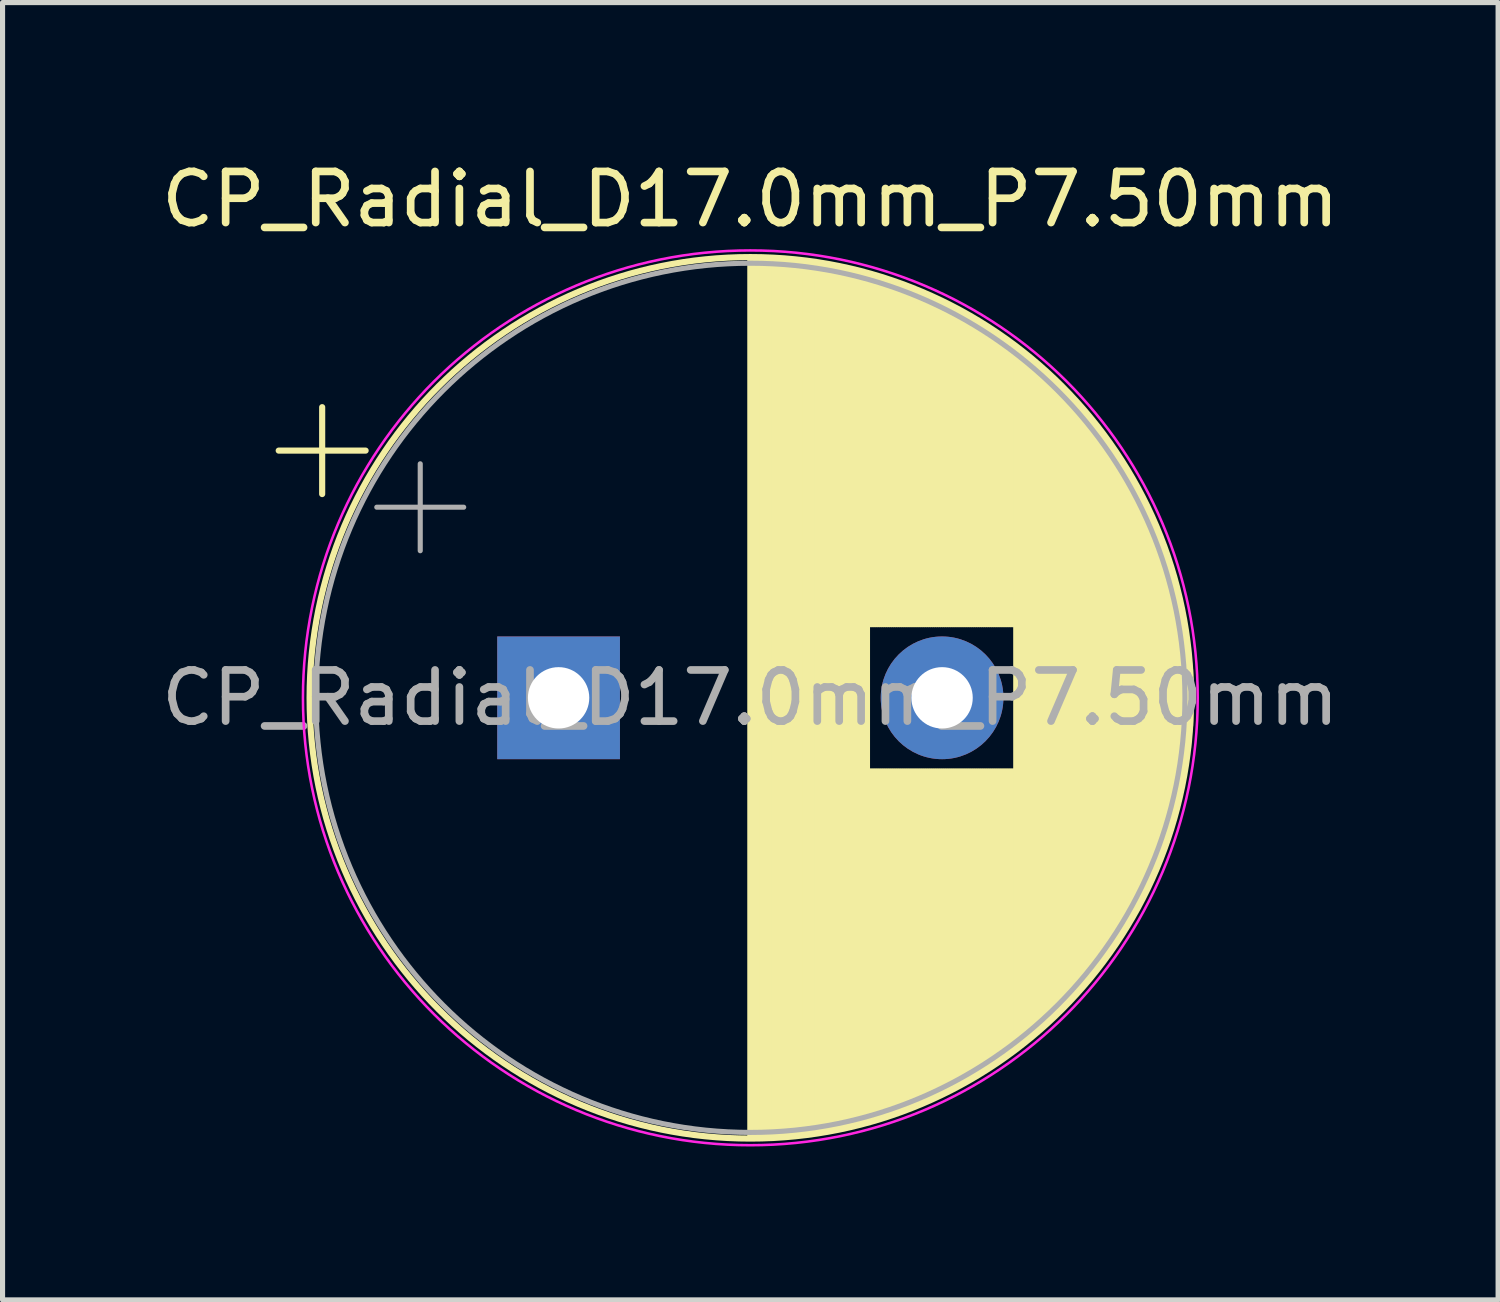
<source format=kicad_pcb>
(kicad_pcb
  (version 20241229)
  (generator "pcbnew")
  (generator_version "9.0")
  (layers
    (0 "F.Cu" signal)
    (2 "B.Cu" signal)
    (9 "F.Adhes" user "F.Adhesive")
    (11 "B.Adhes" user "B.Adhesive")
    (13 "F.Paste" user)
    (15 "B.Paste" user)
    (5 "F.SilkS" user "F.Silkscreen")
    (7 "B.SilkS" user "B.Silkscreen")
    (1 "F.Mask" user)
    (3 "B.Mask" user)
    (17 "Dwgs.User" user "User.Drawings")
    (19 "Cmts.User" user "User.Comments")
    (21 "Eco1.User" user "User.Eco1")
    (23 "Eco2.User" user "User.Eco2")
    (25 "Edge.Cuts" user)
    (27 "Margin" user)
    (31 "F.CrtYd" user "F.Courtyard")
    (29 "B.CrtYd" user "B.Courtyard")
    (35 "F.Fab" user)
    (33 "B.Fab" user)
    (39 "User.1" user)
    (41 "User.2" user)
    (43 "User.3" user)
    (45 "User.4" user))
  (footprint "CP_Radial_D17.0mm_P7.50mm"
    (layer "F.Cu")
    (at 7.875 10.598)
    (property "Reference" "CP_Radial_D17.0mm_P7.50mm" (at 3.75 -9.75 0) (layer "F.SilkS") (effects (font (size 1 1) (thickness 0.15))))
    (attr through_hole)
    (fp_line (start -5.474 -4.835) (end -3.774 -4.835) (stroke (width 0.12) (type solid)) (layer "F.SilkS"))
    (fp_line (start -4.624 -5.685) (end -4.624 -3.985) (stroke (width 0.12) (type solid)) (layer "F.SilkS"))
    (fp_line (start 3.75 -8.581) (end 3.75 8.581) (stroke (width 0.12) (type solid)) (layer "F.SilkS"))
    (fp_line (start 3.79 -8.58) (end 3.79 8.58) (stroke (width 0.12) (type solid)) (layer "F.SilkS"))
    (fp_line (start 3.83 -8.58) (end 3.83 8.58) (stroke (width 0.12) (type solid)) (layer "F.SilkS"))
    (fp_line (start 3.87 -8.58) (end 3.87 8.58) (stroke (width 0.12) (type solid)) (layer "F.SilkS"))
    (fp_line (start 3.91 -8.579) (end 3.91 8.579) (stroke (width 0.12) (type solid)) (layer "F.SilkS"))
    (fp_line (start 3.95 -8.578) (end 3.95 8.578) (stroke (width 0.12) (type solid)) (layer "F.SilkS"))
    (fp_line (start 3.99 -8.577) (end 3.99 8.577) (stroke (width 0.12) (type solid)) (layer "F.SilkS"))
    (fp_line (start 4.03 -8.576) (end 4.03 8.576) (stroke (width 0.12) (type solid)) (layer "F.SilkS"))
    (fp_line (start 4.07 -8.575) (end 4.07 8.575) (stroke (width 0.12) (type solid)) (layer "F.SilkS"))
    (fp_line (start 4.11 -8.573) (end 4.11 8.573) (stroke (width 0.12) (type solid)) (layer "F.SilkS"))
    (fp_line (start 4.15 -8.571) (end 4.15 8.571) (stroke (width 0.12) (type solid)) (layer "F.SilkS"))
    (fp_line (start 4.19 -8.569) (end 4.19 8.569) (stroke (width 0.12) (type solid)) (layer "F.SilkS"))
    (fp_line (start 4.23 -8.567) (end 4.23 8.567) (stroke (width 0.12) (type solid)) (layer "F.SilkS"))
    (fp_line (start 4.27 -8.565) (end 4.27 8.565) (stroke (width 0.12) (type solid)) (layer "F.SilkS"))
    (fp_line (start 4.31 -8.562) (end 4.31 8.562) (stroke (width 0.12) (type solid)) (layer "F.SilkS"))
    (fp_line (start 4.35 -8.56) (end 4.35 8.56) (stroke (width 0.12) (type solid)) (layer "F.SilkS"))
    (fp_line (start 4.39 -8.557) (end 4.39 8.557) (stroke (width 0.12) (type solid)) (layer "F.SilkS"))
    (fp_line (start 4.43 -8.554) (end 4.43 8.554) (stroke (width 0.12) (type solid)) (layer "F.SilkS"))
    (fp_line (start 4.471 -8.55) (end 4.471 8.55) (stroke (width 0.12) (type solid)) (layer "F.SilkS"))
    (fp_line (start 4.511 -8.547) (end 4.511 8.547) (stroke (width 0.12) (type solid)) (layer "F.SilkS"))
    (fp_line (start 4.551 -8.543) (end 4.551 8.543) (stroke (width 0.12) (type solid)) (layer "F.SilkS"))
    (fp_line (start 4.591 -8.539) (end 4.591 8.539) (stroke (width 0.12) (type solid)) (layer "F.SilkS"))
    (fp_line (start 4.631 -8.535) (end 4.631 8.535) (stroke (width 0.12) (type solid)) (layer "F.SilkS"))
    (fp_line (start 4.671 -8.531) (end 4.671 8.531) (stroke (width 0.12) (type solid)) (layer "F.SilkS"))
    (fp_line (start 4.711 -8.527) (end 4.711 8.527) (stroke (width 0.12) (type solid)) (layer "F.SilkS"))
    (fp_line (start 4.751 -8.522) (end 4.751 8.522) (stroke (width 0.12) (type solid)) (layer "F.SilkS"))
    (fp_line (start 4.791 -8.518) (end 4.791 8.518) (stroke (width 0.12) (type solid)) (layer "F.SilkS"))
    (fp_line (start 4.831 -8.513) (end 4.831 8.513) (stroke (width 0.12) (type solid)) (layer "F.SilkS"))
    (fp_line (start 4.871 -8.507) (end 4.871 8.507) (stroke (width 0.12) (type solid)) (layer "F.SilkS"))
    (fp_line (start 4.911 -8.502) (end 4.911 8.502) (stroke (width 0.12) (type solid)) (layer "F.SilkS"))
    (fp_line (start 4.951 -8.497) (end 4.951 8.497) (stroke (width 0.12) (type solid)) (layer "F.SilkS"))
    (fp_line (start 4.991 -8.491) (end 4.991 8.491) (stroke (width 0.12) (type solid)) (layer "F.SilkS"))
    (fp_line (start 5.031 -8.485) (end 5.031 8.485) (stroke (width 0.12) (type solid)) (layer "F.SilkS"))
    (fp_line (start 5.071 -8.479) (end 5.071 8.479) (stroke (width 0.12) (type solid)) (layer "F.SilkS"))
    (fp_line (start 5.111 -8.473) (end 5.111 8.473) (stroke (width 0.12) (type solid)) (layer "F.SilkS"))
    (fp_line (start 5.151 -8.466) (end 5.151 8.466) (stroke (width 0.12) (type solid)) (layer "F.SilkS"))
    (fp_line (start 5.191 -8.459) (end 5.191 8.459) (stroke (width 0.12) (type solid)) (layer "F.SilkS"))
    (fp_line (start 5.231 -8.452) (end 5.231 8.452) (stroke (width 0.12) (type solid)) (layer "F.SilkS"))
    (fp_line (start 5.271 -8.445) (end 5.271 8.445) (stroke (width 0.12) (type solid)) (layer "F.SilkS"))
    (fp_line (start 5.311 -8.438) (end 5.311 8.438) (stroke (width 0.12) (type solid)) (layer "F.SilkS"))
    (fp_line (start 5.351 -8.431) (end 5.351 8.431) (stroke (width 0.12) (type solid)) (layer "F.SilkS"))
    (fp_line (start 5.391 -8.423) (end 5.391 8.423) (stroke (width 0.12) (type solid)) (layer "F.SilkS"))
    (fp_line (start 5.431 -8.415) (end 5.431 8.415) (stroke (width 0.12) (type solid)) (layer "F.SilkS"))
    (fp_line (start 5.471 -8.407) (end 5.471 8.407) (stroke (width 0.12) (type solid)) (layer "F.SilkS"))
    (fp_line (start 5.511 -8.399) (end 5.511 8.399) (stroke (width 0.12) (type solid)) (layer "F.SilkS"))
    (fp_line (start 5.551 -8.39) (end 5.551 8.39) (stroke (width 0.12) (type solid)) (layer "F.SilkS"))
    (fp_line (start 5.591 -8.382) (end 5.591 8.382) (stroke (width 0.12) (type solid)) (layer "F.SilkS"))
    (fp_line (start 5.631 -8.373) (end 5.631 8.373) (stroke (width 0.12) (type solid)) (layer "F.SilkS"))
    (fp_line (start 5.671 -8.364) (end 5.671 8.364) (stroke (width 0.12) (type solid)) (layer "F.SilkS"))
    (fp_line (start 5.711 -8.355) (end 5.711 8.355) (stroke (width 0.12) (type solid)) (layer "F.SilkS"))
    (fp_line (start 5.751 -8.345) (end 5.751 8.345) (stroke (width 0.12) (type solid)) (layer "F.SilkS"))
    (fp_line (start 5.791 -8.336) (end 5.791 8.336) (stroke (width 0.12) (type solid)) (layer "F.SilkS"))
    (fp_line (start 5.831 -8.326) (end 5.831 8.326) (stroke (width 0.12) (type solid)) (layer "F.SilkS"))
    (fp_line (start 5.871 -8.316) (end 5.871 8.316) (stroke (width 0.12) (type solid)) (layer "F.SilkS"))
    (fp_line (start 5.911 -8.305) (end 5.911 8.305) (stroke (width 0.12) (type solid)) (layer "F.SilkS"))
    (fp_line (start 5.951 -8.295) (end 5.951 8.295) (stroke (width 0.12) (type solid)) (layer "F.SilkS"))
    (fp_line (start 5.991 -8.284) (end 5.991 8.284) (stroke (width 0.12) (type solid)) (layer "F.SilkS"))
    (fp_line (start 6.031 -8.274) (end 6.031 8.274) (stroke (width 0.12) (type solid)) (layer "F.SilkS"))
    (fp_line (start 6.071 -8.262) (end 6.071 -1.44) (stroke (width 0.12) (type solid)) (layer "F.SilkS"))
    (fp_line (start 6.071 1.44) (end 6.071 8.262) (stroke (width 0.12) (type solid)) (layer "F.SilkS"))
    (fp_line (start 6.111 -8.251) (end 6.111 -1.44) (stroke (width 0.12) (type solid)) (layer "F.SilkS"))
    (fp_line (start 6.111 1.44) (end 6.111 8.251) (stroke (width 0.12) (type solid)) (layer "F.SilkS"))
    (fp_line (start 6.151 -8.24) (end 6.151 -1.44) (stroke (width 0.12) (type solid)) (layer "F.SilkS"))
    (fp_line (start 6.151 1.44) (end 6.151 8.24) (stroke (width 0.12) (type solid)) (layer "F.SilkS"))
    (fp_line (start 6.191 -8.228) (end 6.191 -1.44) (stroke (width 0.12) (type solid)) (layer "F.SilkS"))
    (fp_line (start 6.191 1.44) (end 6.191 8.228) (stroke (width 0.12) (type solid)) (layer "F.SilkS"))
    (fp_line (start 6.231 -8.216) (end 6.231 -1.44) (stroke (width 0.12) (type solid)) (layer "F.SilkS"))
    (fp_line (start 6.231 1.44) (end 6.231 8.216) (stroke (width 0.12) (type solid)) (layer "F.SilkS"))
    (fp_line (start 6.271 -8.204) (end 6.271 -1.44) (stroke (width 0.12) (type solid)) (layer "F.SilkS"))
    (fp_line (start 6.271 1.44) (end 6.271 8.204) (stroke (width 0.12) (type solid)) (layer "F.SilkS"))
    (fp_line (start 6.311 -8.192) (end 6.311 -1.44) (stroke (width 0.12) (type solid)) (layer "F.SilkS"))
    (fp_line (start 6.311 1.44) (end 6.311 8.192) (stroke (width 0.12) (type solid)) (layer "F.SilkS"))
    (fp_line (start 6.351 -8.179) (end 6.351 -1.44) (stroke (width 0.12) (type solid)) (layer "F.SilkS"))
    (fp_line (start 6.351 1.44) (end 6.351 8.179) (stroke (width 0.12) (type solid)) (layer "F.SilkS"))
    (fp_line (start 6.391 -8.166) (end 6.391 -1.44) (stroke (width 0.12) (type solid)) (layer "F.SilkS"))
    (fp_line (start 6.391 1.44) (end 6.391 8.166) (stroke (width 0.12) (type solid)) (layer "F.SilkS"))
    (fp_line (start 6.431 -8.153) (end 6.431 -1.44) (stroke (width 0.12) (type solid)) (layer "F.SilkS"))
    (fp_line (start 6.431 1.44) (end 6.431 8.153) (stroke (width 0.12) (type solid)) (layer "F.SilkS"))
    (fp_line (start 6.471 -8.14) (end 6.471 -1.44) (stroke (width 0.12) (type solid)) (layer "F.SilkS"))
    (fp_line (start 6.471 1.44) (end 6.471 8.14) (stroke (width 0.12) (type solid)) (layer "F.SilkS"))
    (fp_line (start 6.511 -8.127) (end 6.511 -1.44) (stroke (width 0.12) (type solid)) (layer "F.SilkS"))
    (fp_line (start 6.511 1.44) (end 6.511 8.127) (stroke (width 0.12) (type solid)) (layer "F.SilkS"))
    (fp_line (start 6.551 -8.113) (end 6.551 -1.44) (stroke (width 0.12) (type solid)) (layer "F.SilkS"))
    (fp_line (start 6.551 1.44) (end 6.551 8.113) (stroke (width 0.12) (type solid)) (layer "F.SilkS"))
    (fp_line (start 6.591 -8.099) (end 6.591 -1.44) (stroke (width 0.12) (type solid)) (layer "F.SilkS"))
    (fp_line (start 6.591 1.44) (end 6.591 8.099) (stroke (width 0.12) (type solid)) (layer "F.SilkS"))
    (fp_line (start 6.631 -8.085) (end 6.631 -1.44) (stroke (width 0.12) (type solid)) (layer "F.SilkS"))
    (fp_line (start 6.631 1.44) (end 6.631 8.085) (stroke (width 0.12) (type solid)) (layer "F.SilkS"))
    (fp_line (start 6.671 -8.071) (end 6.671 -1.44) (stroke (width 0.12) (type solid)) (layer "F.SilkS"))
    (fp_line (start 6.671 1.44) (end 6.671 8.071) (stroke (width 0.12) (type solid)) (layer "F.SilkS"))
    (fp_line (start 6.711 -8.056) (end 6.711 -1.44) (stroke (width 0.12) (type solid)) (layer "F.SilkS"))
    (fp_line (start 6.711 1.44) (end 6.711 8.056) (stroke (width 0.12) (type solid)) (layer "F.SilkS"))
    (fp_line (start 6.751 -8.042) (end 6.751 -1.44) (stroke (width 0.12) (type solid)) (layer "F.SilkS"))
    (fp_line (start 6.751 1.44) (end 6.751 8.042) (stroke (width 0.12) (type solid)) (layer "F.SilkS"))
    (fp_line (start 6.791 -8.027) (end 6.791 -1.44) (stroke (width 0.12) (type solid)) (layer "F.SilkS"))
    (fp_line (start 6.791 1.44) (end 6.791 8.027) (stroke (width 0.12) (type solid)) (layer "F.SilkS"))
    (fp_line (start 6.831 -8.011) (end 6.831 -1.44) (stroke (width 0.12) (type solid)) (layer "F.SilkS"))
    (fp_line (start 6.831 1.44) (end 6.831 8.011) (stroke (width 0.12) (type solid)) (layer "F.SilkS"))
    (fp_line (start 6.871 -7.996) (end 6.871 -1.44) (stroke (width 0.12) (type solid)) (layer "F.SilkS"))
    (fp_line (start 6.871 1.44) (end 6.871 7.996) (stroke (width 0.12) (type solid)) (layer "F.SilkS"))
    (fp_line (start 6.911 -7.98) (end 6.911 -1.44) (stroke (width 0.12) (type solid)) (layer "F.SilkS"))
    (fp_line (start 6.911 1.44) (end 6.911 7.98) (stroke (width 0.12) (type solid)) (layer "F.SilkS"))
    (fp_line (start 6.951 -7.965) (end 6.951 -1.44) (stroke (width 0.12) (type solid)) (layer "F.SilkS"))
    (fp_line (start 6.951 1.44) (end 6.951 7.965) (stroke (width 0.12) (type solid)) (layer "F.SilkS"))
    (fp_line (start 6.991 -7.948) (end 6.991 -1.44) (stroke (width 0.12) (type solid)) (layer "F.SilkS"))
    (fp_line (start 6.991 1.44) (end 6.991 7.948) (stroke (width 0.12) (type solid)) (layer "F.SilkS"))
    (fp_line (start 7.031 -7.932) (end 7.031 -1.44) (stroke (width 0.12) (type solid)) (layer "F.SilkS"))
    (fp_line (start 7.031 1.44) (end 7.031 7.932) (stroke (width 0.12) (type solid)) (layer "F.SilkS"))
    (fp_line (start 7.071 -7.915) (end 7.071 -1.44) (stroke (width 0.12) (type solid)) (layer "F.SilkS"))
    (fp_line (start 7.071 1.44) (end 7.071 7.915) (stroke (width 0.12) (type solid)) (layer "F.SilkS"))
    (fp_line (start 7.111 -7.899) (end 7.111 -1.44) (stroke (width 0.12) (type solid)) (layer "F.SilkS"))
    (fp_line (start 7.111 1.44) (end 7.111 7.899) (stroke (width 0.12) (type solid)) (layer "F.SilkS"))
    (fp_line (start 7.151 -7.882) (end 7.151 -1.44) (stroke (width 0.12) (type solid)) (layer "F.SilkS"))
    (fp_line (start 7.151 1.44) (end 7.151 7.882) (stroke (width 0.12) (type solid)) (layer "F.SilkS"))
    (fp_line (start 7.191 -7.864) (end 7.191 -1.44) (stroke (width 0.12) (type solid)) (layer "F.SilkS"))
    (fp_line (start 7.191 1.44) (end 7.191 7.864) (stroke (width 0.12) (type solid)) (layer "F.SilkS"))
    (fp_line (start 7.231 -7.847) (end 7.231 -1.44) (stroke (width 0.12) (type solid)) (layer "F.SilkS"))
    (fp_line (start 7.231 1.44) (end 7.231 7.847) (stroke (width 0.12) (type solid)) (layer "F.SilkS"))
    (fp_line (start 7.271 -7.829) (end 7.271 -1.44) (stroke (width 0.12) (type solid)) (layer "F.SilkS"))
    (fp_line (start 7.271 1.44) (end 7.271 7.829) (stroke (width 0.12) (type solid)) (layer "F.SilkS"))
    (fp_line (start 7.311 -7.811) (end 7.311 -1.44) (stroke (width 0.12) (type solid)) (layer "F.SilkS"))
    (fp_line (start 7.311 1.44) (end 7.311 7.811) (stroke (width 0.12) (type solid)) (layer "F.SilkS"))
    (fp_line (start 7.351 -7.793) (end 7.351 -1.44) (stroke (width 0.12) (type solid)) (layer "F.SilkS"))
    (fp_line (start 7.351 1.44) (end 7.351 7.793) (stroke (width 0.12) (type solid)) (layer "F.SilkS"))
    (fp_line (start 7.391 -7.774) (end 7.391 -1.44) (stroke (width 0.12) (type solid)) (layer "F.SilkS"))
    (fp_line (start 7.391 1.44) (end 7.391 7.774) (stroke (width 0.12) (type solid)) (layer "F.SilkS"))
    (fp_line (start 7.431 -7.755) (end 7.431 -1.44) (stroke (width 0.12) (type solid)) (layer "F.SilkS"))
    (fp_line (start 7.431 1.44) (end 7.431 7.755) (stroke (width 0.12) (type solid)) (layer "F.SilkS"))
    (fp_line (start 7.471 -7.736) (end 7.471 -1.44) (stroke (width 0.12) (type solid)) (layer "F.SilkS"))
    (fp_line (start 7.471 1.44) (end 7.471 7.736) (stroke (width 0.12) (type solid)) (layer "F.SilkS"))
    (fp_line (start 7.511 -7.717) (end 7.511 -1.44) (stroke (width 0.12) (type solid)) (layer "F.SilkS"))
    (fp_line (start 7.511 1.44) (end 7.511 7.717) (stroke (width 0.12) (type solid)) (layer "F.SilkS"))
    (fp_line (start 7.551 -7.698) (end 7.551 -1.44) (stroke (width 0.12) (type solid)) (layer "F.SilkS"))
    (fp_line (start 7.551 1.44) (end 7.551 7.698) (stroke (width 0.12) (type solid)) (layer "F.SilkS"))
    (fp_line (start 7.591 -7.678) (end 7.591 -1.44) (stroke (width 0.12) (type solid)) (layer "F.SilkS"))
    (fp_line (start 7.591 1.44) (end 7.591 7.678) (stroke (width 0.12) (type solid)) (layer "F.SilkS"))
    (fp_line (start 7.631 -7.658) (end 7.631 -1.44) (stroke (width 0.12) (type solid)) (layer "F.SilkS"))
    (fp_line (start 7.631 1.44) (end 7.631 7.658) (stroke (width 0.12) (type solid)) (layer "F.SilkS"))
    (fp_line (start 7.671 -7.638) (end 7.671 -1.44) (stroke (width 0.12) (type solid)) (layer "F.SilkS"))
    (fp_line (start 7.671 1.44) (end 7.671 7.638) (stroke (width 0.12) (type solid)) (layer "F.SilkS"))
    (fp_line (start 7.711 -7.617) (end 7.711 -1.44) (stroke (width 0.12) (type solid)) (layer "F.SilkS"))
    (fp_line (start 7.711 1.44) (end 7.711 7.617) (stroke (width 0.12) (type solid)) (layer "F.SilkS"))
    (fp_line (start 7.751 -7.596) (end 7.751 -1.44) (stroke (width 0.12) (type solid)) (layer "F.SilkS"))
    (fp_line (start 7.751 1.44) (end 7.751 7.596) (stroke (width 0.12) (type solid)) (layer "F.SilkS"))
    (fp_line (start 7.791 -7.575) (end 7.791 -1.44) (stroke (width 0.12) (type solid)) (layer "F.SilkS"))
    (fp_line (start 7.791 1.44) (end 7.791 7.575) (stroke (width 0.12) (type solid)) (layer "F.SilkS"))
    (fp_line (start 7.831 -7.554) (end 7.831 -1.44) (stroke (width 0.12) (type solid)) (layer "F.SilkS"))
    (fp_line (start 7.831 1.44) (end 7.831 7.554) (stroke (width 0.12) (type solid)) (layer "F.SilkS"))
    (fp_line (start 7.871 -7.532) (end 7.871 -1.44) (stroke (width 0.12) (type solid)) (layer "F.SilkS"))
    (fp_line (start 7.871 1.44) (end 7.871 7.532) (stroke (width 0.12) (type solid)) (layer "F.SilkS"))
    (fp_line (start 7.911 -7.51) (end 7.911 -1.44) (stroke (width 0.12) (type solid)) (layer "F.SilkS"))
    (fp_line (start 7.911 1.44) (end 7.911 7.51) (stroke (width 0.12) (type solid)) (layer "F.SilkS"))
    (fp_line (start 7.951 -7.488) (end 7.951 -1.44) (stroke (width 0.12) (type solid)) (layer "F.SilkS"))
    (fp_line (start 7.951 1.44) (end 7.951 7.488) (stroke (width 0.12) (type solid)) (layer "F.SilkS"))
    (fp_line (start 7.991 -7.466) (end 7.991 -1.44) (stroke (width 0.12) (type solid)) (layer "F.SilkS"))
    (fp_line (start 7.991 1.44) (end 7.991 7.466) (stroke (width 0.12) (type solid)) (layer "F.SilkS"))
    (fp_line (start 8.031 -7.443) (end 8.031 -1.44) (stroke (width 0.12) (type solid)) (layer "F.SilkS"))
    (fp_line (start 8.031 1.44) (end 8.031 7.443) (stroke (width 0.12) (type solid)) (layer "F.SilkS"))
    (fp_line (start 8.071 -7.42) (end 8.071 -1.44) (stroke (width 0.12) (type solid)) (layer "F.SilkS"))
    (fp_line (start 8.071 1.44) (end 8.071 7.42) (stroke (width 0.12) (type solid)) (layer "F.SilkS"))
    (fp_line (start 8.111 -7.397) (end 8.111 -1.44) (stroke (width 0.12) (type solid)) (layer "F.SilkS"))
    (fp_line (start 8.111 1.44) (end 8.111 7.397) (stroke (width 0.12) (type solid)) (layer "F.SilkS"))
    (fp_line (start 8.151 -7.373) (end 8.151 -1.44) (stroke (width 0.12) (type solid)) (layer "F.SilkS"))
    (fp_line (start 8.151 1.44) (end 8.151 7.373) (stroke (width 0.12) (type solid)) (layer "F.SilkS"))
    (fp_line (start 8.191 -7.349) (end 8.191 -1.44) (stroke (width 0.12) (type solid)) (layer "F.SilkS"))
    (fp_line (start 8.191 1.44) (end 8.191 7.349) (stroke (width 0.12) (type solid)) (layer "F.SilkS"))
    (fp_line (start 8.231 -7.325) (end 8.231 -1.44) (stroke (width 0.12) (type solid)) (layer "F.SilkS"))
    (fp_line (start 8.231 1.44) (end 8.231 7.325) (stroke (width 0.12) (type solid)) (layer "F.SilkS"))
    (fp_line (start 8.271 -7.3) (end 8.271 -1.44) (stroke (width 0.12) (type solid)) (layer "F.SilkS"))
    (fp_line (start 8.271 1.44) (end 8.271 7.3) (stroke (width 0.12) (type solid)) (layer "F.SilkS"))
    (fp_line (start 8.311 -7.276) (end 8.311 -1.44) (stroke (width 0.12) (type solid)) (layer "F.SilkS"))
    (fp_line (start 8.311 1.44) (end 8.311 7.276) (stroke (width 0.12) (type solid)) (layer "F.SilkS"))
    (fp_line (start 8.351 -7.251) (end 8.351 -1.44) (stroke (width 0.12) (type solid)) (layer "F.SilkS"))
    (fp_line (start 8.351 1.44) (end 8.351 7.251) (stroke (width 0.12) (type solid)) (layer "F.SilkS"))
    (fp_line (start 8.391 -7.225) (end 8.391 -1.44) (stroke (width 0.12) (type solid)) (layer "F.SilkS"))
    (fp_line (start 8.391 1.44) (end 8.391 7.225) (stroke (width 0.12) (type solid)) (layer "F.SilkS"))
    (fp_line (start 8.431 -7.199) (end 8.431 -1.44) (stroke (width 0.12) (type solid)) (layer "F.SilkS"))
    (fp_line (start 8.431 1.44) (end 8.431 7.199) (stroke (width 0.12) (type solid)) (layer "F.SilkS"))
    (fp_line (start 8.471 -7.173) (end 8.471 -1.44) (stroke (width 0.12) (type solid)) (layer "F.SilkS"))
    (fp_line (start 8.471 1.44) (end 8.471 7.173) (stroke (width 0.12) (type solid)) (layer "F.SilkS"))
    (fp_line (start 8.511 -7.147) (end 8.511 -1.44) (stroke (width 0.12) (type solid)) (layer "F.SilkS"))
    (fp_line (start 8.511 1.44) (end 8.511 7.147) (stroke (width 0.12) (type solid)) (layer "F.SilkS"))
    (fp_line (start 8.551 -7.12) (end 8.551 -1.44) (stroke (width 0.12) (type solid)) (layer "F.SilkS"))
    (fp_line (start 8.551 1.44) (end 8.551 7.12) (stroke (width 0.12) (type solid)) (layer "F.SilkS"))
    (fp_line (start 8.591 -7.093) (end 8.591 -1.44) (stroke (width 0.12) (type solid)) (layer "F.SilkS"))
    (fp_line (start 8.591 1.44) (end 8.591 7.093) (stroke (width 0.12) (type solid)) (layer "F.SilkS"))
    (fp_line (start 8.631 -7.066) (end 8.631 -1.44) (stroke (width 0.12) (type solid)) (layer "F.SilkS"))
    (fp_line (start 8.631 1.44) (end 8.631 7.066) (stroke (width 0.12) (type solid)) (layer "F.SilkS"))
    (fp_line (start 8.671 -7.038) (end 8.671 -1.44) (stroke (width 0.12) (type solid)) (layer "F.SilkS"))
    (fp_line (start 8.671 1.44) (end 8.671 7.038) (stroke (width 0.12) (type solid)) (layer "F.SilkS"))
    (fp_line (start 8.711 -7.011) (end 8.711 -1.44) (stroke (width 0.12) (type solid)) (layer "F.SilkS"))
    (fp_line (start 8.711 1.44) (end 8.711 7.011) (stroke (width 0.12) (type solid)) (layer "F.SilkS"))
    (fp_line (start 8.751 -6.982) (end 8.751 -1.44) (stroke (width 0.12) (type solid)) (layer "F.SilkS"))
    (fp_line (start 8.751 1.44) (end 8.751 6.982) (stroke (width 0.12) (type solid)) (layer "F.SilkS"))
    (fp_line (start 8.791 -6.954) (end 8.791 -1.44) (stroke (width 0.12) (type solid)) (layer "F.SilkS"))
    (fp_line (start 8.791 1.44) (end 8.791 6.954) (stroke (width 0.12) (type solid)) (layer "F.SilkS"))
    (fp_line (start 8.831 -6.925) (end 8.831 -1.44) (stroke (width 0.12) (type solid)) (layer "F.SilkS"))
    (fp_line (start 8.831 1.44) (end 8.831 6.925) (stroke (width 0.12) (type solid)) (layer "F.SilkS"))
    (fp_line (start 8.871 -6.895) (end 8.871 -1.44) (stroke (width 0.12) (type solid)) (layer "F.SilkS"))
    (fp_line (start 8.871 1.44) (end 8.871 6.895) (stroke (width 0.12) (type solid)) (layer "F.SilkS"))
    (fp_line (start 8.911 -6.865) (end 8.911 -1.44) (stroke (width 0.12) (type solid)) (layer "F.SilkS"))
    (fp_line (start 8.911 1.44) (end 8.911 6.865) (stroke (width 0.12) (type solid)) (layer "F.SilkS"))
    (fp_line (start 8.951 -6.835) (end 8.951 6.835) (stroke (width 0.12) (type solid)) (layer "F.SilkS"))
    (fp_line (start 8.991 -6.805) (end 8.991 6.805) (stroke (width 0.12) (type solid)) (layer "F.SilkS"))
    (fp_line (start 9.031 -6.774) (end 9.031 6.774) (stroke (width 0.12) (type solid)) (layer "F.SilkS"))
    (fp_line (start 9.071 -6.743) (end 9.071 6.743) (stroke (width 0.12) (type solid)) (layer "F.SilkS"))
    (fp_line (start 9.111 -6.711) (end 9.111 6.711) (stroke (width 0.12) (type solid)) (layer "F.SilkS"))
    (fp_line (start 9.151 -6.679) (end 9.151 6.679) (stroke (width 0.12) (type solid)) (layer "F.SilkS"))
    (fp_line (start 9.191 -6.647) (end 9.191 6.647) (stroke (width 0.12) (type solid)) (layer "F.SilkS"))
    (fp_line (start 9.231 -6.614) (end 9.231 6.614) (stroke (width 0.12) (type solid)) (layer "F.SilkS"))
    (fp_line (start 9.271 -6.581) (end 9.271 6.581) (stroke (width 0.12) (type solid)) (layer "F.SilkS"))
    (fp_line (start 9.311 -6.548) (end 9.311 6.548) (stroke (width 0.12) (type solid)) (layer "F.SilkS"))
    (fp_line (start 9.351 -6.514) (end 9.351 6.514) (stroke (width 0.12) (type solid)) (layer "F.SilkS"))
    (fp_line (start 9.391 -6.479) (end 9.391 6.479) (stroke (width 0.12) (type solid)) (layer "F.SilkS"))
    (fp_line (start 9.431 -6.444) (end 9.431 6.444) (stroke (width 0.12) (type solid)) (layer "F.SilkS"))
    (fp_line (start 9.471 -6.409) (end 9.471 6.409) (stroke (width 0.12) (type solid)) (layer "F.SilkS"))
    (fp_line (start 9.511 -6.374) (end 9.511 6.374) (stroke (width 0.12) (type solid)) (layer "F.SilkS"))
    (fp_line (start 9.551 -6.337) (end 9.551 6.337) (stroke (width 0.12) (type solid)) (layer "F.SilkS"))
    (fp_line (start 9.591 -6.301) (end 9.591 6.301) (stroke (width 0.12) (type solid)) (layer "F.SilkS"))
    (fp_line (start 9.631 -6.264) (end 9.631 6.264) (stroke (width 0.12) (type solid)) (layer "F.SilkS"))
    (fp_line (start 9.671 -6.226) (end 9.671 6.226) (stroke (width 0.12) (type solid)) (layer "F.SilkS"))
    (fp_line (start 9.711 -6.188) (end 9.711 6.188) (stroke (width 0.12) (type solid)) (layer "F.SilkS"))
    (fp_line (start 9.751 -6.15) (end 9.751 6.15) (stroke (width 0.12) (type solid)) (layer "F.SilkS"))
    (fp_line (start 9.791 -6.111) (end 9.791 6.111) (stroke (width 0.12) (type solid)) (layer "F.SilkS"))
    (fp_line (start 9.831 -6.071) (end 9.831 6.071) (stroke (width 0.12) (type solid)) (layer "F.SilkS"))
    (fp_line (start 9.871 -6.031) (end 9.871 6.031) (stroke (width 0.12) (type solid)) (layer "F.SilkS"))
    (fp_line (start 9.911 -5.99) (end 9.911 5.99) (stroke (width 0.12) (type solid)) (layer "F.SilkS"))
    (fp_line (start 9.951 -5.949) (end 9.951 5.949) (stroke (width 0.12) (type solid)) (layer "F.SilkS"))
    (fp_line (start 9.991 -5.907) (end 9.991 5.907) (stroke (width 0.12) (type solid)) (layer "F.SilkS"))
    (fp_line (start 10.031 -5.865) (end 10.031 5.865) (stroke (width 0.12) (type solid)) (layer "F.SilkS"))
    (fp_line (start 10.071 -5.822) (end 10.071 5.822) (stroke (width 0.12) (type solid)) (layer "F.SilkS"))
    (fp_line (start 10.111 -5.779) (end 10.111 5.779) (stroke (width 0.12) (type solid)) (layer "F.SilkS"))
    (fp_line (start 10.151 -5.735) (end 10.151 5.735) (stroke (width 0.12) (type solid)) (layer "F.SilkS"))
    (fp_line (start 10.191 -5.69) (end 10.191 5.69) (stroke (width 0.12) (type solid)) (layer "F.SilkS"))
    (fp_line (start 10.231 -5.645) (end 10.231 5.645) (stroke (width 0.12) (type solid)) (layer "F.SilkS"))
    (fp_line (start 10.271 -5.599) (end 10.271 5.599) (stroke (width 0.12) (type solid)) (layer "F.SilkS"))
    (fp_line (start 10.311 -5.553) (end 10.311 5.553) (stroke (width 0.12) (type solid)) (layer "F.SilkS"))
    (fp_line (start 10.351 -5.505) (end 10.351 5.505) (stroke (width 0.12) (type solid)) (layer "F.SilkS"))
    (fp_line (start 10.391 -5.457) (end 10.391 5.457) (stroke (width 0.12) (type solid)) (layer "F.SilkS"))
    (fp_line (start 10.431 -5.409) (end 10.431 5.409) (stroke (width 0.12) (type solid)) (layer "F.SilkS"))
    (fp_line (start 10.471 -5.359) (end 10.471 5.359) (stroke (width 0.12) (type solid)) (layer "F.SilkS"))
    (fp_line (start 10.511 -5.309) (end 10.511 5.309) (stroke (width 0.12) (type solid)) (layer "F.SilkS"))
    (fp_line (start 10.551 -5.258) (end 10.551 5.258) (stroke (width 0.12) (type solid)) (layer "F.SilkS"))
    (fp_line (start 10.591 -5.206) (end 10.591 5.206) (stroke (width 0.12) (type solid)) (layer "F.SilkS"))
    (fp_line (start 10.631 -5.154) (end 10.631 5.154) (stroke (width 0.12) (type solid)) (layer "F.SilkS"))
    (fp_line (start 10.671 -5.1) (end 10.671 5.1) (stroke (width 0.12) (type solid)) (layer "F.SilkS"))
    (fp_line (start 10.711 -5.046) (end 10.711 5.046) (stroke (width 0.12) (type solid)) (layer "F.SilkS"))
    (fp_line (start 10.751 -4.991) (end 10.751 4.991) (stroke (width 0.12) (type solid)) (layer "F.SilkS"))
    (fp_line (start 10.791 -4.935) (end 10.791 4.935) (stroke (width 0.12) (type solid)) (layer "F.SilkS"))
    (fp_line (start 10.831 -4.878) (end 10.831 4.878) (stroke (width 0.12) (type solid)) (layer "F.SilkS"))
    (fp_line (start 10.871 -4.82) (end 10.871 4.82) (stroke (width 0.12) (type solid)) (layer "F.SilkS"))
    (fp_line (start 10.911 -4.76) (end 10.911 4.76) (stroke (width 0.12) (type solid)) (layer "F.SilkS"))
    (fp_line (start 10.951 -4.7) (end 10.951 4.7) (stroke (width 0.12) (type solid)) (layer "F.SilkS"))
    (fp_line (start 10.991 -4.639) (end 10.991 4.639) (stroke (width 0.12) (type solid)) (layer "F.SilkS"))
    (fp_line (start 11.031 -4.576) (end 11.031 4.576) (stroke (width 0.12) (type solid)) (layer "F.SilkS"))
    (fp_line (start 11.071 -4.513) (end 11.071 4.513) (stroke (width 0.12) (type solid)) (layer "F.SilkS"))
    (fp_line (start 11.111 -4.448) (end 11.111 4.448) (stroke (width 0.12) (type solid)) (layer "F.SilkS"))
    (fp_line (start 11.151 -4.381) (end 11.151 4.381) (stroke (width 0.12) (type solid)) (layer "F.SilkS"))
    (fp_line (start 11.191 -4.314) (end 11.191 4.314) (stroke (width 0.12) (type solid)) (layer "F.SilkS"))
    (fp_line (start 11.231 -4.245) (end 11.231 4.245) (stroke (width 0.12) (type solid)) (layer "F.SilkS"))
    (fp_line (start 11.271 -4.174) (end 11.271 4.174) (stroke (width 0.12) (type solid)) (layer "F.SilkS"))
    (fp_line (start 11.311 -4.102) (end 11.311 4.102) (stroke (width 0.12) (type solid)) (layer "F.SilkS"))
    (fp_line (start 11.351 -4.028) (end 11.351 4.028) (stroke (width 0.12) (type solid)) (layer "F.SilkS"))
    (fp_line (start 11.391 -3.952) (end 11.391 3.952) (stroke (width 0.12) (type solid)) (layer "F.SilkS"))
    (fp_line (start 11.431 -3.875) (end 11.431 3.875) (stroke (width 0.12) (type solid)) (layer "F.SilkS"))
    (fp_line (start 11.471 -3.795) (end 11.471 3.795) (stroke (width 0.12) (type solid)) (layer "F.SilkS"))
    (fp_line (start 11.511 -3.714) (end 11.511 3.714) (stroke (width 0.12) (type solid)) (layer "F.SilkS"))
    (fp_line (start 11.551 -3.63) (end 11.551 3.63) (stroke (width 0.12) (type solid)) (layer "F.SilkS"))
    (fp_line (start 11.591 -3.544) (end 11.591 3.544) (stroke (width 0.12) (type solid)) (layer "F.SilkS"))
    (fp_line (start 11.631 -3.455) (end 11.631 3.455) (stroke (width 0.12) (type solid)) (layer "F.SilkS"))
    (fp_line (start 11.671 -3.363) (end 11.671 3.363) (stroke (width 0.12) (type solid)) (layer "F.SilkS"))
    (fp_line (start 11.711 -3.268) (end 11.711 3.268) (stroke (width 0.12) (type solid)) (layer "F.SilkS"))
    (fp_line (start 11.751 -3.171) (end 11.751 3.171) (stroke (width 0.12) (type solid)) (layer "F.SilkS"))
    (fp_line (start 11.791 -3.069) (end 11.791 3.069) (stroke (width 0.12) (type solid)) (layer "F.SilkS"))
    (fp_line (start 11.831 -2.963) (end 11.831 2.963) (stroke (width 0.12) (type solid)) (layer "F.SilkS"))
    (fp_line (start 11.871 -2.854) (end 11.871 2.854) (stroke (width 0.12) (type solid)) (layer "F.SilkS"))
    (fp_line (start 11.911 -2.739) (end 11.911 2.739) (stroke (width 0.12) (type solid)) (layer "F.SilkS"))
    (fp_line (start 11.95 -2.618) (end 11.95 2.618) (stroke (width 0.12) (type solid)) (layer "F.SilkS"))
    (fp_line (start 11.99 -2.492) (end 11.99 2.492) (stroke (width 0.12) (type solid)) (layer "F.SilkS"))
    (fp_line (start 12.03 -2.358) (end 12.03 2.358) (stroke (width 0.12) (type solid)) (layer "F.SilkS"))
    (fp_line (start 12.07 -2.215) (end 12.07 2.215) (stroke (width 0.12) (type solid)) (layer "F.SilkS"))
    (fp_line (start 12.11 -2.062) (end 12.11 2.062) (stroke (width 0.12) (type solid)) (layer "F.SilkS"))
    (fp_line (start 12.15 -1.896) (end 12.15 1.896) (stroke (width 0.12) (type solid)) (layer "F.SilkS"))
    (fp_line (start 12.19 -1.713) (end 12.19 1.713) (stroke (width 0.12) (type solid)) (layer "F.SilkS"))
    (fp_line (start 12.23 -1.508) (end 12.23 1.508) (stroke (width 0.12) (type solid)) (layer "F.SilkS"))
    (fp_line (start 12.27 -1.27) (end 12.27 1.27) (stroke (width 0.12) (type solid)) (layer "F.SilkS"))
    (fp_line (start 12.31 -0.976) (end 12.31 0.976) (stroke (width 0.12) (type solid)) (layer "F.SilkS"))
    (fp_line (start 12.35 -0.547) (end 12.35 0.547) (stroke (width 0.12) (type solid)) (layer "F.SilkS"))
    (fp_circle (center 3.75 0) (end 12.37 0) (stroke (width 0.12) (type solid)) (fill no) (layer "F.SilkS"))
    (fp_circle (center 3.75 0) (end 12.5 0) (stroke (width 0.05) (type solid)) (fill no) (layer "F.CrtYd"))
    (fp_line (start -3.556 -3.728) (end -1.856 -3.728) (stroke (width 0.1) (type solid)) (layer "F.Fab"))
    (fp_line (start -2.706 -4.577) (end -2.706 -2.877) (stroke (width 0.1) (type solid)) (layer "F.Fab"))
    (fp_circle (center 3.75 0) (end 12.25 0) (stroke (width 0.1) (type solid)) (fill no) (layer "F.Fab"))
    (fp_text user "${REFERENCE}" (at 3.75 0 0) (layer "F.Fab") (effects (font (size 1 1) (thickness 0.15))))
    (pad "1" thru_hole rect (at 0 0) (size 2.4 2.4) (drill 1.2) (layers "*.Cu" "*.Mask"))
    (pad "2" thru_hole circle (at 7.5 0) (size 2.4 2.4) (drill 1.2) (layers "*.Cu" "*.Mask")))
  (gr_rect
    (start -3 -3)
    (end 26.25 22.373)
    (stroke (width 0.1) (type default))
    (fill no)
    (layer "Edge.Cuts")))
</source>
